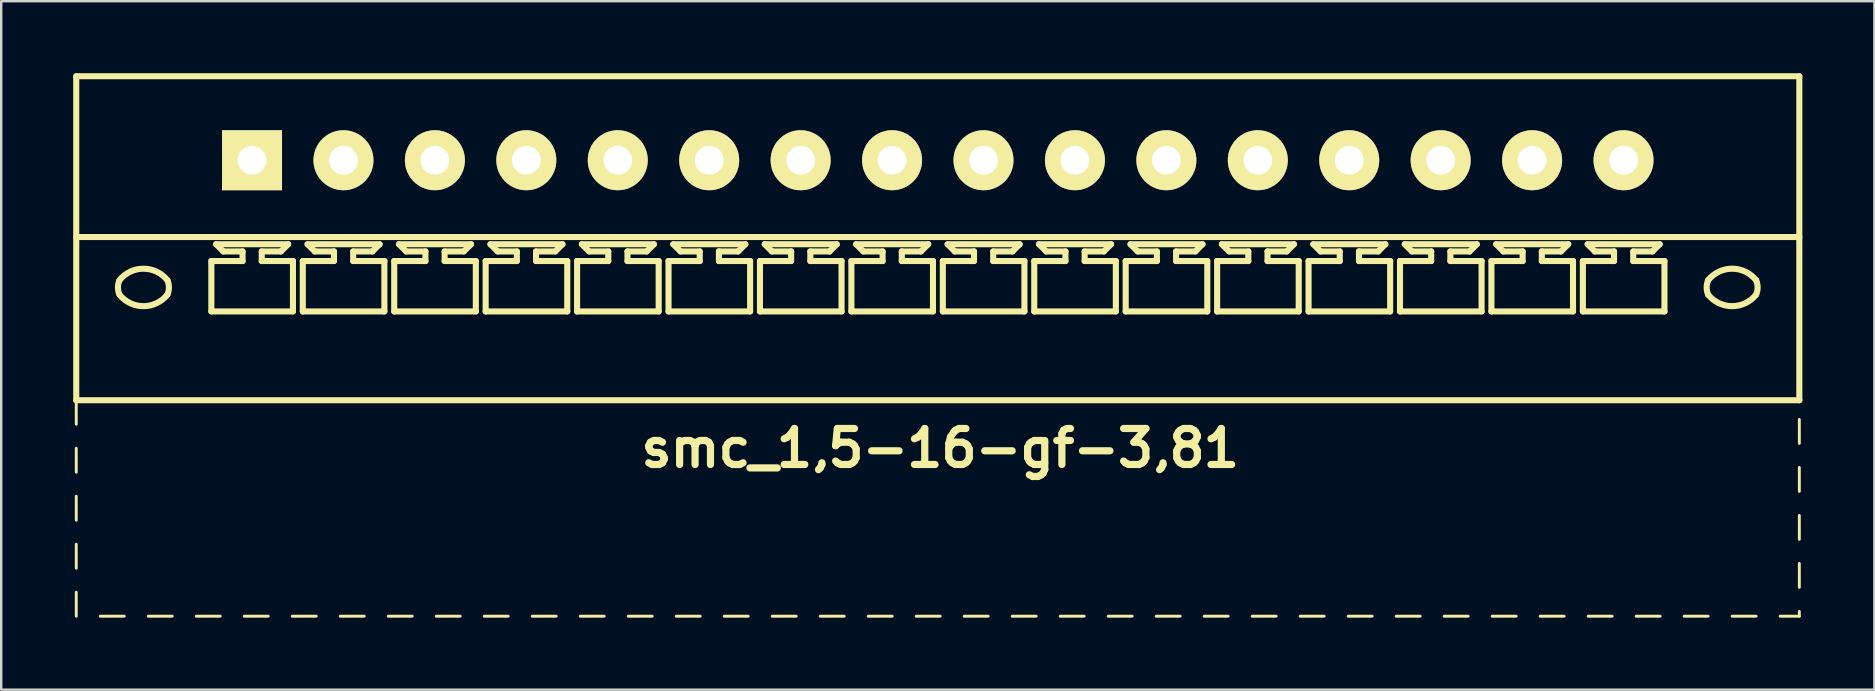
<source format=kicad_pcb>
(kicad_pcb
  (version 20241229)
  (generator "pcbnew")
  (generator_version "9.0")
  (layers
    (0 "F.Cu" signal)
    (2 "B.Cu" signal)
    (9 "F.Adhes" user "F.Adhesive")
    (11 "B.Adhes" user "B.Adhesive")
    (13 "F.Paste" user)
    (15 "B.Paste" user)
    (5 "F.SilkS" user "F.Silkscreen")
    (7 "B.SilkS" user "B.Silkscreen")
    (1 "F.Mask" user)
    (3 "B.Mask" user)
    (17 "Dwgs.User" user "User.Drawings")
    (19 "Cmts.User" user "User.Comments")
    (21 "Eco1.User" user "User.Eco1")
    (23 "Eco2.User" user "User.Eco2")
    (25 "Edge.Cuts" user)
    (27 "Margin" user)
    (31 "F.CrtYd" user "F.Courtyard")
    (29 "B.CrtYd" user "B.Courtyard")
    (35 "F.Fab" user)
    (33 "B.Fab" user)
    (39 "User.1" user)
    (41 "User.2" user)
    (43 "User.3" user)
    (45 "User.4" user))
  (footprint "smc_1,5-16-gf-3,81"
    (layer "F.Cu")
    (at 36.027 3.627)
    (property "Reference" "smc_1,5-16-gf-3,81" (at 0.1 12 0) (layer "F.SilkS") (effects (font (size 1.5 1.5) (thickness 0.3))))
    (attr through_hole)
    (fp_line (start -35.9 -3.5) (end -35.9 10) (stroke (width 0.254) (type solid)) (layer "F.SilkS"))
    (fp_line (start -35.9 -3.5) (end 35.9 -3.5) (stroke (width 0.254) (type solid)) (layer "F.SilkS"))
    (fp_line (start -35.9 3.2) (end 35.9 3.2) (stroke (width 0.254) (type solid)) (layer "F.SilkS"))
    (fp_line (start -35.9 10) (end -35.9 11) (stroke (width 0.12) (type solid)) (layer "F.SilkS"))
    (fp_line (start -35.9 10) (end 35.9 10) (stroke (width 0.254) (type solid)) (layer "F.SilkS"))
    (fp_line (start -35.9 12) (end -35.9 13) (stroke (width 0.12) (type solid)) (layer "F.SilkS"))
    (fp_line (start -35.9 14) (end -35.9 15) (stroke (width 0.12) (type solid)) (layer "F.SilkS"))
    (fp_line (start -35.9 16) (end -35.9 17) (stroke (width 0.12) (type solid)) (layer "F.SilkS"))
    (fp_line (start -35.9 18) (end -35.9 19) (stroke (width 0.12) (type solid)) (layer "F.SilkS"))
    (fp_line (start -34.9 19) (end -33.9 19) (stroke (width 0.12) (type solid)) (layer "F.SilkS"))
    (fp_line (start -32.9 19) (end -31.9 19) (stroke (width 0.12) (type solid)) (layer "F.SilkS"))
    (fp_line (start -30.9 19) (end -29.9 19) (stroke (width 0.12) (type solid)) (layer "F.SilkS"))
    (fp_line (start -30.27 4.2) (end -28.97 4.2) (stroke (width 0.254) (type solid)) (layer "F.SilkS"))
    (fp_line (start -30.27 6.3) (end -30.27 4.2) (stroke (width 0.254) (type solid)) (layer "F.SilkS"))
    (fp_line (start -30.07 3.5) (end -27.07 3.5) (stroke (width 0.254) (type solid)) (layer "F.SilkS"))
    (fp_line (start -29.77 3.8) (end -30.07 3.5) (stroke (width 0.254) (type solid)) (layer "F.SilkS"))
    (fp_line (start -28.97 3.8) (end -29.77 3.8) (stroke (width 0.254) (type solid)) (layer "F.SilkS"))
    (fp_line (start -28.97 4.2) (end -28.97 3.8) (stroke (width 0.254) (type solid)) (layer "F.SilkS"))
    (fp_line (start -28.9 19) (end -27.9 19) (stroke (width 0.12) (type solid)) (layer "F.SilkS"))
    (fp_line (start -28.17 3.8) (end -28.17 4.2) (stroke (width 0.254) (type solid)) (layer "F.SilkS"))
    (fp_line (start -28.17 4.2) (end -26.87 4.2) (stroke (width 0.254) (type solid)) (layer "F.SilkS"))
    (fp_line (start -27.37 3.8) (end -28.17 3.8) (stroke (width 0.254) (type solid)) (layer "F.SilkS"))
    (fp_line (start -27.37 3.8) (end -27.07 3.5) (stroke (width 0.254) (type solid)) (layer "F.SilkS"))
    (fp_line (start -26.9 19) (end -25.9 19) (stroke (width 0.12) (type solid)) (layer "F.SilkS"))
    (fp_line (start -26.87 4.2) (end -26.87 6.3) (stroke (width 0.254) (type solid)) (layer "F.SilkS"))
    (fp_line (start -26.87 6.3) (end -30.27 6.3) (stroke (width 0.254) (type solid)) (layer "F.SilkS"))
    (fp_line (start -26.46 4.2) (end -25.16 4.2) (stroke (width 0.254) (type solid)) (layer "F.SilkS"))
    (fp_line (start -26.46 6.3) (end -26.46 4.2) (stroke (width 0.254) (type solid)) (layer "F.SilkS"))
    (fp_line (start -26.26 3.5) (end -23.26 3.5) (stroke (width 0.254) (type solid)) (layer "F.SilkS"))
    (fp_line (start -25.96 3.8) (end -26.26 3.5) (stroke (width 0.254) (type solid)) (layer "F.SilkS"))
    (fp_line (start -25.16 3.8) (end -25.96 3.8) (stroke (width 0.254) (type solid)) (layer "F.SilkS"))
    (fp_line (start -25.16 4.2) (end -25.16 3.8) (stroke (width 0.254) (type solid)) (layer "F.SilkS"))
    (fp_line (start -24.9 19) (end -23.9 19) (stroke (width 0.12) (type solid)) (layer "F.SilkS"))
    (fp_line (start -24.36 3.8) (end -24.36 4.2) (stroke (width 0.254) (type solid)) (layer "F.SilkS"))
    (fp_line (start -24.36 4.2) (end -23.06 4.2) (stroke (width 0.254) (type solid)) (layer "F.SilkS"))
    (fp_line (start -23.56 3.8) (end -24.36 3.8) (stroke (width 0.254) (type solid)) (layer "F.SilkS"))
    (fp_line (start -23.56 3.8) (end -23.26 3.5) (stroke (width 0.254) (type solid)) (layer "F.SilkS"))
    (fp_line (start -23.06 4.2) (end -23.06 6.3) (stroke (width 0.254) (type solid)) (layer "F.SilkS"))
    (fp_line (start -23.06 6.3) (end -26.46 6.3) (stroke (width 0.254) (type solid)) (layer "F.SilkS"))
    (fp_line (start -22.9 19) (end -21.9 19) (stroke (width 0.12) (type solid)) (layer "F.SilkS"))
    (fp_line (start -22.65 4.2) (end -21.35 4.2) (stroke (width 0.254) (type solid)) (layer "F.SilkS"))
    (fp_line (start -22.65 6.3) (end -22.65 4.2) (stroke (width 0.254) (type solid)) (layer "F.SilkS"))
    (fp_line (start -22.45 3.5) (end -19.45 3.5) (stroke (width 0.254) (type solid)) (layer "F.SilkS"))
    (fp_line (start -22.15 3.8) (end -22.45 3.5) (stroke (width 0.254) (type solid)) (layer "F.SilkS"))
    (fp_line (start -21.35 3.8) (end -22.15 3.8) (stroke (width 0.254) (type solid)) (layer "F.SilkS"))
    (fp_line (start -21.35 4.2) (end -21.35 3.8) (stroke (width 0.254) (type solid)) (layer "F.SilkS"))
    (fp_line (start -20.9 19) (end -19.9 19) (stroke (width 0.12) (type solid)) (layer "F.SilkS"))
    (fp_line (start -20.55 3.8) (end -20.55 4.2) (stroke (width 0.254) (type solid)) (layer "F.SilkS"))
    (fp_line (start -20.55 4.2) (end -19.25 4.2) (stroke (width 0.254) (type solid)) (layer "F.SilkS"))
    (fp_line (start -19.75 3.8) (end -20.55 3.8) (stroke (width 0.254) (type solid)) (layer "F.SilkS"))
    (fp_line (start -19.75 3.8) (end -19.45 3.5) (stroke (width 0.254) (type solid)) (layer "F.SilkS"))
    (fp_line (start -19.25 4.2) (end -19.25 6.3) (stroke (width 0.254) (type solid)) (layer "F.SilkS"))
    (fp_line (start -19.25 6.3) (end -22.65 6.3) (stroke (width 0.254) (type solid)) (layer "F.SilkS"))
    (fp_line (start -18.9 19) (end -17.9 19) (stroke (width 0.12) (type solid)) (layer "F.SilkS"))
    (fp_line (start -18.84 4.2) (end -17.54 4.2) (stroke (width 0.254) (type solid)) (layer "F.SilkS"))
    (fp_line (start -18.84 6.3) (end -18.84 4.2) (stroke (width 0.254) (type solid)) (layer "F.SilkS"))
    (fp_line (start -18.64 3.5) (end -15.64 3.5) (stroke (width 0.254) (type solid)) (layer "F.SilkS"))
    (fp_line (start -18.34 3.8) (end -18.64 3.5) (stroke (width 0.254) (type solid)) (layer "F.SilkS"))
    (fp_line (start -17.54 3.8) (end -18.34 3.8) (stroke (width 0.254) (type solid)) (layer "F.SilkS"))
    (fp_line (start -17.54 4.2) (end -17.54 3.8) (stroke (width 0.254) (type solid)) (layer "F.SilkS"))
    (fp_line (start -16.9 19) (end -15.9 19) (stroke (width 0.12) (type solid)) (layer "F.SilkS"))
    (fp_line (start -16.74 3.8) (end -16.74 4.2) (stroke (width 0.254) (type solid)) (layer "F.SilkS"))
    (fp_line (start -16.74 4.2) (end -15.44 4.2) (stroke (width 0.254) (type solid)) (layer "F.SilkS"))
    (fp_line (start -15.94 3.8) (end -16.74 3.8) (stroke (width 0.254) (type solid)) (layer "F.SilkS"))
    (fp_line (start -15.94 3.8) (end -15.64 3.5) (stroke (width 0.254) (type solid)) (layer "F.SilkS"))
    (fp_line (start -15.44 4.2) (end -15.44 6.3) (stroke (width 0.254) (type solid)) (layer "F.SilkS"))
    (fp_line (start -15.44 6.3) (end -18.84 6.3) (stroke (width 0.254) (type solid)) (layer "F.SilkS"))
    (fp_line (start -15.03 4.2) (end -13.73 4.2) (stroke (width 0.254) (type solid)) (layer "F.SilkS"))
    (fp_line (start -15.03 6.3) (end -15.03 4.2) (stroke (width 0.254) (type solid)) (layer "F.SilkS"))
    (fp_line (start -14.9 19) (end -13.9 19) (stroke (width 0.12) (type solid)) (layer "F.SilkS"))
    (fp_line (start -14.83 3.5) (end -11.83 3.5) (stroke (width 0.254) (type solid)) (layer "F.SilkS"))
    (fp_line (start -14.53 3.8) (end -14.83 3.5) (stroke (width 0.254) (type solid)) (layer "F.SilkS"))
    (fp_line (start -13.73 3.8) (end -14.53 3.8) (stroke (width 0.254) (type solid)) (layer "F.SilkS"))
    (fp_line (start -13.73 4.2) (end -13.73 3.8) (stroke (width 0.254) (type solid)) (layer "F.SilkS"))
    (fp_line (start -12.93 3.8) (end -12.93 4.2) (stroke (width 0.254) (type solid)) (layer "F.SilkS"))
    (fp_line (start -12.93 4.2) (end -11.63 4.2) (stroke (width 0.254) (type solid)) (layer "F.SilkS"))
    (fp_line (start -12.9 19) (end -11.9 19) (stroke (width 0.12) (type solid)) (layer "F.SilkS"))
    (fp_line (start -12.13 3.8) (end -12.93 3.8) (stroke (width 0.254) (type solid)) (layer "F.SilkS"))
    (fp_line (start -12.13 3.8) (end -11.83 3.5) (stroke (width 0.254) (type solid)) (layer "F.SilkS"))
    (fp_line (start -11.63 4.2) (end -11.63 6.3) (stroke (width 0.254) (type solid)) (layer "F.SilkS"))
    (fp_line (start -11.63 6.3) (end -15.03 6.3) (stroke (width 0.254) (type solid)) (layer "F.SilkS"))
    (fp_line (start -11.22 4.2) (end -9.92 4.2) (stroke (width 0.254) (type solid)) (layer "F.SilkS"))
    (fp_line (start -11.22 6.3) (end -11.22 4.2) (stroke (width 0.254) (type solid)) (layer "F.SilkS"))
    (fp_line (start -11.02 3.5) (end -8.02 3.5) (stroke (width 0.254) (type solid)) (layer "F.SilkS"))
    (fp_line (start -10.9 19) (end -9.9 19) (stroke (width 0.12) (type solid)) (layer "F.SilkS"))
    (fp_line (start -10.72 3.8) (end -11.02 3.5) (stroke (width 0.254) (type solid)) (layer "F.SilkS"))
    (fp_line (start -9.92 3.8) (end -10.72 3.8) (stroke (width 0.254) (type solid)) (layer "F.SilkS"))
    (fp_line (start -9.92 4.2) (end -9.92 3.8) (stroke (width 0.254) (type solid)) (layer "F.SilkS"))
    (fp_line (start -9.12 3.8) (end -9.12 4.2) (stroke (width 0.254) (type solid)) (layer "F.SilkS"))
    (fp_line (start -9.12 4.2) (end -7.82 4.2) (stroke (width 0.254) (type solid)) (layer "F.SilkS"))
    (fp_line (start -8.9 19) (end -7.9 19) (stroke (width 0.12) (type solid)) (layer "F.SilkS"))
    (fp_line (start -8.32 3.8) (end -9.12 3.8) (stroke (width 0.254) (type solid)) (layer "F.SilkS"))
    (fp_line (start -8.32 3.8) (end -8.02 3.5) (stroke (width 0.254) (type solid)) (layer "F.SilkS"))
    (fp_line (start -7.82 4.2) (end -7.82 6.3) (stroke (width 0.254) (type solid)) (layer "F.SilkS"))
    (fp_line (start -7.82 6.3) (end -11.22 6.3) (stroke (width 0.254) (type solid)) (layer "F.SilkS"))
    (fp_line (start -7.41 4.2) (end -6.11 4.2) (stroke (width 0.254) (type solid)) (layer "F.SilkS"))
    (fp_line (start -7.41 6.3) (end -7.41 4.2) (stroke (width 0.254) (type solid)) (layer "F.SilkS"))
    (fp_line (start -7.21 3.5) (end -4.21 3.5) (stroke (width 0.254) (type solid)) (layer "F.SilkS"))
    (fp_line (start -6.91 3.8) (end -7.21 3.5) (stroke (width 0.254) (type solid)) (layer "F.SilkS"))
    (fp_line (start -6.9 19) (end -5.9 19) (stroke (width 0.12) (type solid)) (layer "F.SilkS"))
    (fp_line (start -6.11 3.8) (end -6.91 3.8) (stroke (width 0.254) (type solid)) (layer "F.SilkS"))
    (fp_line (start -6.11 4.2) (end -6.11 3.8) (stroke (width 0.254) (type solid)) (layer "F.SilkS"))
    (fp_line (start -5.31 3.8) (end -5.31 4.2) (stroke (width 0.254) (type solid)) (layer "F.SilkS"))
    (fp_line (start -5.31 4.2) (end -4.01 4.2) (stroke (width 0.254) (type solid)) (layer "F.SilkS"))
    (fp_line (start -4.9 19) (end -3.9 19) (stroke (width 0.12) (type solid)) (layer "F.SilkS"))
    (fp_line (start -4.51 3.8) (end -5.31 3.8) (stroke (width 0.254) (type solid)) (layer "F.SilkS"))
    (fp_line (start -4.51 3.8) (end -4.21 3.5) (stroke (width 0.254) (type solid)) (layer "F.SilkS"))
    (fp_line (start -4.01 4.2) (end -4.01 6.3) (stroke (width 0.254) (type solid)) (layer "F.SilkS"))
    (fp_line (start -4.01 6.3) (end -7.41 6.3) (stroke (width 0.254) (type solid)) (layer "F.SilkS"))
    (fp_line (start -3.6 4.2) (end -2.3 4.2) (stroke (width 0.254) (type solid)) (layer "F.SilkS"))
    (fp_line (start -3.6 6.3) (end -3.6 4.2) (stroke (width 0.254) (type solid)) (layer "F.SilkS"))
    (fp_line (start -3.4 3.5) (end -0.4 3.5) (stroke (width 0.254) (type solid)) (layer "F.SilkS"))
    (fp_line (start -3.1 3.8) (end -3.4 3.5) (stroke (width 0.254) (type solid)) (layer "F.SilkS"))
    (fp_line (start -2.9 19) (end -1.9 19) (stroke (width 0.12) (type solid)) (layer "F.SilkS"))
    (fp_line (start -2.3 3.8) (end -3.1 3.8) (stroke (width 0.254) (type solid)) (layer "F.SilkS"))
    (fp_line (start -2.3 4.2) (end -2.3 3.8) (stroke (width 0.254) (type solid)) (layer "F.SilkS"))
    (fp_line (start -1.5 3.8) (end -1.5 4.2) (stroke (width 0.254) (type solid)) (layer "F.SilkS"))
    (fp_line (start -1.5 4.2) (end -0.2 4.2) (stroke (width 0.254) (type solid)) (layer "F.SilkS"))
    (fp_line (start -0.9 19) (end 0.1 19) (stroke (width 0.12) (type solid)) (layer "F.SilkS"))
    (fp_line (start -0.7 3.8) (end -1.5 3.8) (stroke (width 0.254) (type solid)) (layer "F.SilkS"))
    (fp_line (start -0.7 3.8) (end -0.4 3.5) (stroke (width 0.254) (type solid)) (layer "F.SilkS"))
    (fp_line (start -0.2 4.2) (end -0.2 6.3) (stroke (width 0.254) (type solid)) (layer "F.SilkS"))
    (fp_line (start -0.2 6.3) (end -3.6 6.3) (stroke (width 0.254) (type solid)) (layer "F.SilkS"))
    (fp_line (start 0.21 4.2) (end 1.51 4.2) (stroke (width 0.254) (type solid)) (layer "F.SilkS"))
    (fp_line (start 0.21 6.3) (end 0.21 4.2) (stroke (width 0.254) (type solid)) (layer "F.SilkS"))
    (fp_line (start 0.41 3.5) (end 3.41 3.5) (stroke (width 0.254) (type solid)) (layer "F.SilkS"))
    (fp_line (start 0.71 3.8) (end 0.41 3.5) (stroke (width 0.254) (type solid)) (layer "F.SilkS"))
    (fp_line (start 1.1 19) (end 2.1 19) (stroke (width 0.12) (type solid)) (layer "F.SilkS"))
    (fp_line (start 1.51 3.8) (end 0.71 3.8) (stroke (width 0.254) (type solid)) (layer "F.SilkS"))
    (fp_line (start 1.51 4.2) (end 1.51 3.8) (stroke (width 0.254) (type solid)) (layer "F.SilkS"))
    (fp_line (start 2.31 3.8) (end 2.31 4.2) (stroke (width 0.254) (type solid)) (layer "F.SilkS"))
    (fp_line (start 2.31 4.2) (end 3.61 4.2) (stroke (width 0.254) (type solid)) (layer "F.SilkS"))
    (fp_line (start 3.1 19) (end 4.1 19) (stroke (width 0.12) (type solid)) (layer "F.SilkS"))
    (fp_line (start 3.11 3.8) (end 2.31 3.8) (stroke (width 0.254) (type solid)) (layer "F.SilkS"))
    (fp_line (start 3.11 3.8) (end 3.41 3.5) (stroke (width 0.254) (type solid)) (layer "F.SilkS"))
    (fp_line (start 3.61 4.2) (end 3.61 6.3) (stroke (width 0.254) (type solid)) (layer "F.SilkS"))
    (fp_line (start 3.61 6.3) (end 0.21 6.3) (stroke (width 0.254) (type solid)) (layer "F.SilkS"))
    (fp_line (start 4.02 4.2) (end 5.32 4.2) (stroke (width 0.254) (type solid)) (layer "F.SilkS"))
    (fp_line (start 4.02 6.3) (end 4.02 4.2) (stroke (width 0.254) (type solid)) (layer "F.SilkS"))
    (fp_line (start 4.22 3.5) (end 7.22 3.5) (stroke (width 0.254) (type solid)) (layer "F.SilkS"))
    (fp_line (start 4.52 3.8) (end 4.22 3.5) (stroke (width 0.254) (type solid)) (layer "F.SilkS"))
    (fp_line (start 5.1 19) (end 6.1 19) (stroke (width 0.12) (type solid)) (layer "F.SilkS"))
    (fp_line (start 5.32 3.8) (end 4.52 3.8) (stroke (width 0.254) (type solid)) (layer "F.SilkS"))
    (fp_line (start 5.32 4.2) (end 5.32 3.8) (stroke (width 0.254) (type solid)) (layer "F.SilkS"))
    (fp_line (start 6.12 3.8) (end 6.12 4.2) (stroke (width 0.254) (type solid)) (layer "F.SilkS"))
    (fp_line (start 6.12 4.2) (end 7.42 4.2) (stroke (width 0.254) (type solid)) (layer "F.SilkS"))
    (fp_line (start 6.92 3.8) (end 6.12 3.8) (stroke (width 0.254) (type solid)) (layer "F.SilkS"))
    (fp_line (start 6.92 3.8) (end 7.22 3.5) (stroke (width 0.254) (type solid)) (layer "F.SilkS"))
    (fp_line (start 7.1 19) (end 8.1 19) (stroke (width 0.12) (type solid)) (layer "F.SilkS"))
    (fp_line (start 7.42 4.2) (end 7.42 6.3) (stroke (width 0.254) (type solid)) (layer "F.SilkS"))
    (fp_line (start 7.42 6.3) (end 4.02 6.3) (stroke (width 0.254) (type solid)) (layer "F.SilkS"))
    (fp_line (start 7.83 4.2) (end 9.13 4.2) (stroke (width 0.254) (type solid)) (layer "F.SilkS"))
    (fp_line (start 7.83 6.3) (end 7.83 4.2) (stroke (width 0.254) (type solid)) (layer "F.SilkS"))
    (fp_line (start 8.03 3.5) (end 11.03 3.5) (stroke (width 0.254) (type solid)) (layer "F.SilkS"))
    (fp_line (start 8.33 3.8) (end 8.03 3.5) (stroke (width 0.254) (type solid)) (layer "F.SilkS"))
    (fp_line (start 9.1 19) (end 10.1 19) (stroke (width 0.12) (type solid)) (layer "F.SilkS"))
    (fp_line (start 9.13 3.8) (end 8.33 3.8) (stroke (width 0.254) (type solid)) (layer "F.SilkS"))
    (fp_line (start 9.13 4.2) (end 9.13 3.8) (stroke (width 0.254) (type solid)) (layer "F.SilkS"))
    (fp_line (start 9.93 3.8) (end 9.93 4.2) (stroke (width 0.254) (type solid)) (layer "F.SilkS"))
    (fp_line (start 9.93 4.2) (end 11.23 4.2) (stroke (width 0.254) (type solid)) (layer "F.SilkS"))
    (fp_line (start 10.73 3.8) (end 9.93 3.8) (stroke (width 0.254) (type solid)) (layer "F.SilkS"))
    (fp_line (start 10.73 3.8) (end 11.03 3.5) (stroke (width 0.254) (type solid)) (layer "F.SilkS"))
    (fp_line (start 11.1 19) (end 12.1 19) (stroke (width 0.12) (type solid)) (layer "F.SilkS"))
    (fp_line (start 11.23 4.2) (end 11.23 6.3) (stroke (width 0.254) (type solid)) (layer "F.SilkS"))
    (fp_line (start 11.23 6.3) (end 7.83 6.3) (stroke (width 0.254) (type solid)) (layer "F.SilkS"))
    (fp_line (start 11.64 4.2) (end 12.94 4.2) (stroke (width 0.254) (type solid)) (layer "F.SilkS"))
    (fp_line (start 11.64 6.3) (end 11.64 4.2) (stroke (width 0.254) (type solid)) (layer "F.SilkS"))
    (fp_line (start 11.84 3.5) (end 14.84 3.5) (stroke (width 0.254) (type solid)) (layer "F.SilkS"))
    (fp_line (start 12.14 3.8) (end 11.84 3.5) (stroke (width 0.254) (type solid)) (layer "F.SilkS"))
    (fp_line (start 12.94 3.8) (end 12.14 3.8) (stroke (width 0.254) (type solid)) (layer "F.SilkS"))
    (fp_line (start 12.94 4.2) (end 12.94 3.8) (stroke (width 0.254) (type solid)) (layer "F.SilkS"))
    (fp_line (start 13.1 19) (end 14.1 19) (stroke (width 0.12) (type solid)) (layer "F.SilkS"))
    (fp_line (start 13.74 3.8) (end 13.74 4.2) (stroke (width 0.254) (type solid)) (layer "F.SilkS"))
    (fp_line (start 13.74 4.2) (end 15.04 4.2) (stroke (width 0.254) (type solid)) (layer "F.SilkS"))
    (fp_line (start 14.54 3.8) (end 13.74 3.8) (stroke (width 0.254) (type solid)) (layer "F.SilkS"))
    (fp_line (start 14.54 3.8) (end 14.84 3.5) (stroke (width 0.254) (type solid)) (layer "F.SilkS"))
    (fp_line (start 15.04 4.2) (end 15.04 6.3) (stroke (width 0.254) (type solid)) (layer "F.SilkS"))
    (fp_line (start 15.04 6.3) (end 11.64 6.3) (stroke (width 0.254) (type solid)) (layer "F.SilkS"))
    (fp_line (start 15.1 19) (end 16.1 19) (stroke (width 0.12) (type solid)) (layer "F.SilkS"))
    (fp_line (start 15.45 4.2) (end 16.75 4.2) (stroke (width 0.254) (type solid)) (layer "F.SilkS"))
    (fp_line (start 15.45 6.3) (end 15.45 4.2) (stroke (width 0.254) (type solid)) (layer "F.SilkS"))
    (fp_line (start 15.65 3.5) (end 18.65 3.5) (stroke (width 0.254) (type solid)) (layer "F.SilkS"))
    (fp_line (start 15.95 3.8) (end 15.65 3.5) (stroke (width 0.254) (type solid)) (layer "F.SilkS"))
    (fp_line (start 16.75 3.8) (end 15.95 3.8) (stroke (width 0.254) (type solid)) (layer "F.SilkS"))
    (fp_line (start 16.75 4.2) (end 16.75 3.8) (stroke (width 0.254) (type solid)) (layer "F.SilkS"))
    (fp_line (start 17.1 19) (end 18.1 19) (stroke (width 0.12) (type solid)) (layer "F.SilkS"))
    (fp_line (start 17.55 3.8) (end 17.55 4.2) (stroke (width 0.254) (type solid)) (layer "F.SilkS"))
    (fp_line (start 17.55 4.2) (end 18.85 4.2) (stroke (width 0.254) (type solid)) (layer "F.SilkS"))
    (fp_line (start 18.35 3.8) (end 17.55 3.8) (stroke (width 0.254) (type solid)) (layer "F.SilkS"))
    (fp_line (start 18.35 3.8) (end 18.65 3.5) (stroke (width 0.254) (type solid)) (layer "F.SilkS"))
    (fp_line (start 18.85 4.2) (end 18.85 6.3) (stroke (width 0.254) (type solid)) (layer "F.SilkS"))
    (fp_line (start 18.85 6.3) (end 15.45 6.3) (stroke (width 0.254) (type solid)) (layer "F.SilkS"))
    (fp_line (start 19.1 19) (end 20.1 19) (stroke (width 0.12) (type solid)) (layer "F.SilkS"))
    (fp_line (start 19.26 4.2) (end 20.56 4.2) (stroke (width 0.254) (type solid)) (layer "F.SilkS"))
    (fp_line (start 19.26 6.3) (end 19.26 4.2) (stroke (width 0.254) (type solid)) (layer "F.SilkS"))
    (fp_line (start 19.46 3.5) (end 22.46 3.5) (stroke (width 0.254) (type solid)) (layer "F.SilkS"))
    (fp_line (start 19.76 3.8) (end 19.46 3.5) (stroke (width 0.254) (type solid)) (layer "F.SilkS"))
    (fp_line (start 20.56 3.8) (end 19.76 3.8) (stroke (width 0.254) (type solid)) (layer "F.SilkS"))
    (fp_line (start 20.56 4.2) (end 20.56 3.8) (stroke (width 0.254) (type solid)) (layer "F.SilkS"))
    (fp_line (start 21.1 19) (end 22.1 19) (stroke (width 0.12) (type solid)) (layer "F.SilkS"))
    (fp_line (start 21.36 3.8) (end 21.36 4.2) (stroke (width 0.254) (type solid)) (layer "F.SilkS"))
    (fp_line (start 21.36 4.2) (end 22.66 4.2) (stroke (width 0.254) (type solid)) (layer "F.SilkS"))
    (fp_line (start 22.16 3.8) (end 21.36 3.8) (stroke (width 0.254) (type solid)) (layer "F.SilkS"))
    (fp_line (start 22.16 3.8) (end 22.46 3.5) (stroke (width 0.254) (type solid)) (layer "F.SilkS"))
    (fp_line (start 22.66 4.2) (end 22.66 6.3) (stroke (width 0.254) (type solid)) (layer "F.SilkS"))
    (fp_line (start 22.66 6.3) (end 19.26 6.3) (stroke (width 0.254) (type solid)) (layer "F.SilkS"))
    (fp_line (start 23.07 4.2) (end 24.37 4.2) (stroke (width 0.254) (type solid)) (layer "F.SilkS"))
    (fp_line (start 23.07 6.3) (end 23.07 4.2) (stroke (width 0.254) (type solid)) (layer "F.SilkS"))
    (fp_line (start 23.1 19) (end 24.1 19) (stroke (width 0.12) (type solid)) (layer "F.SilkS"))
    (fp_line (start 23.27 3.5) (end 26.27 3.5) (stroke (width 0.254) (type solid)) (layer "F.SilkS"))
    (fp_line (start 23.57 3.8) (end 23.27 3.5) (stroke (width 0.254) (type solid)) (layer "F.SilkS"))
    (fp_line (start 24.37 3.8) (end 23.57 3.8) (stroke (width 0.254) (type solid)) (layer "F.SilkS"))
    (fp_line (start 24.37 4.2) (end 24.37 3.8) (stroke (width 0.254) (type solid)) (layer "F.SilkS"))
    (fp_line (start 25.1 19) (end 26.1 19) (stroke (width 0.12) (type solid)) (layer "F.SilkS"))
    (fp_line (start 25.17 3.8) (end 25.17 4.2) (stroke (width 0.254) (type solid)) (layer "F.SilkS"))
    (fp_line (start 25.17 4.2) (end 26.47 4.2) (stroke (width 0.254) (type solid)) (layer "F.SilkS"))
    (fp_line (start 25.97 3.8) (end 25.17 3.8) (stroke (width 0.254) (type solid)) (layer "F.SilkS"))
    (fp_line (start 25.97 3.8) (end 26.27 3.5) (stroke (width 0.254) (type solid)) (layer "F.SilkS"))
    (fp_line (start 26.47 4.2) (end 26.47 6.3) (stroke (width 0.254) (type solid)) (layer "F.SilkS"))
    (fp_line (start 26.47 6.3) (end 23.07 6.3) (stroke (width 0.254) (type solid)) (layer "F.SilkS"))
    (fp_line (start 26.88 4.2) (end 28.18 4.2) (stroke (width 0.254) (type solid)) (layer "F.SilkS"))
    (fp_line (start 26.88 6.3) (end 26.88 4.2) (stroke (width 0.254) (type solid)) (layer "F.SilkS"))
    (fp_line (start 27.08 3.5) (end 30.08 3.5) (stroke (width 0.254) (type solid)) (layer "F.SilkS"))
    (fp_line (start 27.1 19) (end 28.1 19) (stroke (width 0.12) (type solid)) (layer "F.SilkS"))
    (fp_line (start 27.38 3.8) (end 27.08 3.5) (stroke (width 0.254) (type solid)) (layer "F.SilkS"))
    (fp_line (start 28.18 3.8) (end 27.38 3.8) (stroke (width 0.254) (type solid)) (layer "F.SilkS"))
    (fp_line (start 28.18 4.2) (end 28.18 3.8) (stroke (width 0.254) (type solid)) (layer "F.SilkS"))
    (fp_line (start 28.98 3.8) (end 28.98 4.2) (stroke (width 0.254) (type solid)) (layer "F.SilkS"))
    (fp_line (start 28.98 4.2) (end 30.28 4.2) (stroke (width 0.254) (type solid)) (layer "F.SilkS"))
    (fp_line (start 29.1 19) (end 30.1 19) (stroke (width 0.12) (type solid)) (layer "F.SilkS"))
    (fp_line (start 29.78 3.8) (end 28.98 3.8) (stroke (width 0.254) (type solid)) (layer "F.SilkS"))
    (fp_line (start 29.78 3.8) (end 30.08 3.5) (stroke (width 0.254) (type solid)) (layer "F.SilkS"))
    (fp_line (start 30.28 4.2) (end 30.28 6.3) (stroke (width 0.254) (type solid)) (layer "F.SilkS"))
    (fp_line (start 30.28 6.3) (end 26.88 6.3) (stroke (width 0.254) (type solid)) (layer "F.SilkS"))
    (fp_line (start 31.1 19) (end 32.1 19) (stroke (width 0.12) (type solid)) (layer "F.SilkS"))
    (fp_line (start 33.1 19) (end 34.1 19) (stroke (width 0.12) (type solid)) (layer "F.SilkS"))
    (fp_line (start 35.1 19) (end 35.9 19) (stroke (width 0.12) (type solid)) (layer "F.SilkS"))
    (fp_line (start 35.9 -3.5) (end 35.9 10) (stroke (width 0.254) (type solid)) (layer "F.SilkS"))
    (fp_line (start 35.9 11.8) (end 35.9 10.8) (stroke (width 0.12) (type solid)) (layer "F.SilkS"))
    (fp_line (start 35.9 13.8) (end 35.9 12.8) (stroke (width 0.12) (type solid)) (layer "F.SilkS"))
    (fp_line (start 35.9 14.8) (end 35.9 15.8) (stroke (width 0.12) (type solid)) (layer "F.SilkS"))
    (fp_line (start 35.9 16.8) (end 35.9 17.8) (stroke (width 0.12) (type solid)) (layer "F.SilkS"))
    (fp_line (start 35.9 18.8) (end 35.9 19) (stroke (width 0.12) (type solid)) (layer "F.SilkS"))
    (fp_arc (start -34.100274 5.000342) (mid -33.100219 4.519375) (end -32.1 5) (stroke (width 0.254) (type solid)) (layer "F.SilkS"))
    (fp_arc (start -34.099985 5.600034) (mid -34.161577 5.300019) (end -34.1 5) (stroke (width 0.254) (type solid)) (layer "F.SilkS"))
    (fp_arc (start -32.100015 4.999966) (mid -32.038423 5.299981) (end -32.1 5.6) (stroke (width 0.254) (type solid)) (layer "F.SilkS"))
    (fp_arc (start -32.099726 5.599658) (mid -33.099781 6.080625) (end -34.1 5.6) (stroke (width 0.254) (type solid)) (layer "F.SilkS"))
    (fp_arc (start 32.099726 5.000342) (mid 33.099781 4.519375) (end 34.1 5) (stroke (width 0.254) (type solid)) (layer "F.SilkS"))
    (fp_arc (start 32.100015 5.600034) (mid 32.038423 5.300019) (end 32.1 5) (stroke (width 0.254) (type solid)) (layer "F.SilkS"))
    (fp_arc (start 34.099985 4.999966) (mid 34.161577 5.299981) (end 34.1 5.6) (stroke (width 0.254) (type solid)) (layer "F.SilkS"))
    (fp_arc (start 34.100274 5.599658) (mid 33.100219 6.080625) (end 32.1 5.6) (stroke (width 0.254) (type solid)) (layer "F.SilkS"))
    (pad "1" thru_hole rect (at -28.575 0) (size 2.5 2.5) (drill 1.2) (layers "*.Cu" "*.Mask" "F.SilkS"))
    (pad "2" thru_hole circle (at -24.765 0) (size 2.5 2.5) (drill 1.2) (layers "*.Cu" "*.Mask" "F.SilkS"))
    (pad "3" thru_hole circle (at -20.955 0) (size 2.5 2.5) (drill 1.2) (layers "*.Cu" "*.Mask" "F.SilkS"))
    (pad "4" thru_hole circle (at -17.145 0) (size 2.5 2.5) (drill 1.2) (layers "*.Cu" "*.Mask" "F.SilkS"))
    (pad "5" thru_hole circle (at -13.335 0) (size 2.5 2.5) (drill 1.2) (layers "*.Cu" "*.Mask" "F.SilkS"))
    (pad "6" thru_hole circle (at -9.525 0) (size 2.5 2.5) (drill 1.2) (layers "*.Cu" "*.Mask" "F.SilkS"))
    (pad "7" thru_hole circle (at -5.715 0) (size 2.5 2.5) (drill 1.2) (layers "*.Cu" "*.Mask" "F.SilkS"))
    (pad "8" thru_hole circle (at -1.905 0) (size 2.5 2.5) (drill 1.2) (layers "*.Cu" "*.Mask" "F.SilkS"))
    (pad "9" thru_hole circle (at 1.905 0) (size 2.5 2.5) (drill 1.2) (layers "*.Cu" "*.Mask" "F.SilkS"))
    (pad "10" thru_hole circle (at 5.715 0) (size 2.5 2.5) (drill 1.2) (layers "*.Cu" "*.Mask" "F.SilkS"))
    (pad "11" thru_hole circle (at 9.525 0) (size 2.5 2.5) (drill 1.2) (layers "*.Cu" "*.Mask" "F.SilkS"))
    (pad "12" thru_hole circle (at 13.335 0) (size 2.5 2.5) (drill 1.2) (layers "*.Cu" "*.Mask" "F.SilkS"))
    (pad "13" thru_hole circle (at 17.145 0) (size 2.5 2.5) (drill 1.2) (layers "*.Cu" "*.Mask" "F.SilkS"))
    (pad "14" thru_hole circle (at 20.955 0) (size 2.5 2.5) (drill 1.2) (layers "*.Cu" "*.Mask" "F.SilkS"))
    (pad "15" thru_hole circle (at 24.765 0) (size 2.5 2.5) (drill 1.2) (layers "*.Cu" "*.Mask" "F.SilkS"))
    (pad "16" thru_hole circle (at 28.575 0) (size 2.5 2.5) (drill 1.2) (layers "*.Cu" "*.Mask" "F.SilkS")))
  (gr_rect
    (start -3 -3)
    (end 75.054 25.687)
    (stroke (width 0.1) (type default))
    (fill no)
    (layer "Edge.Cuts")))
</source>
